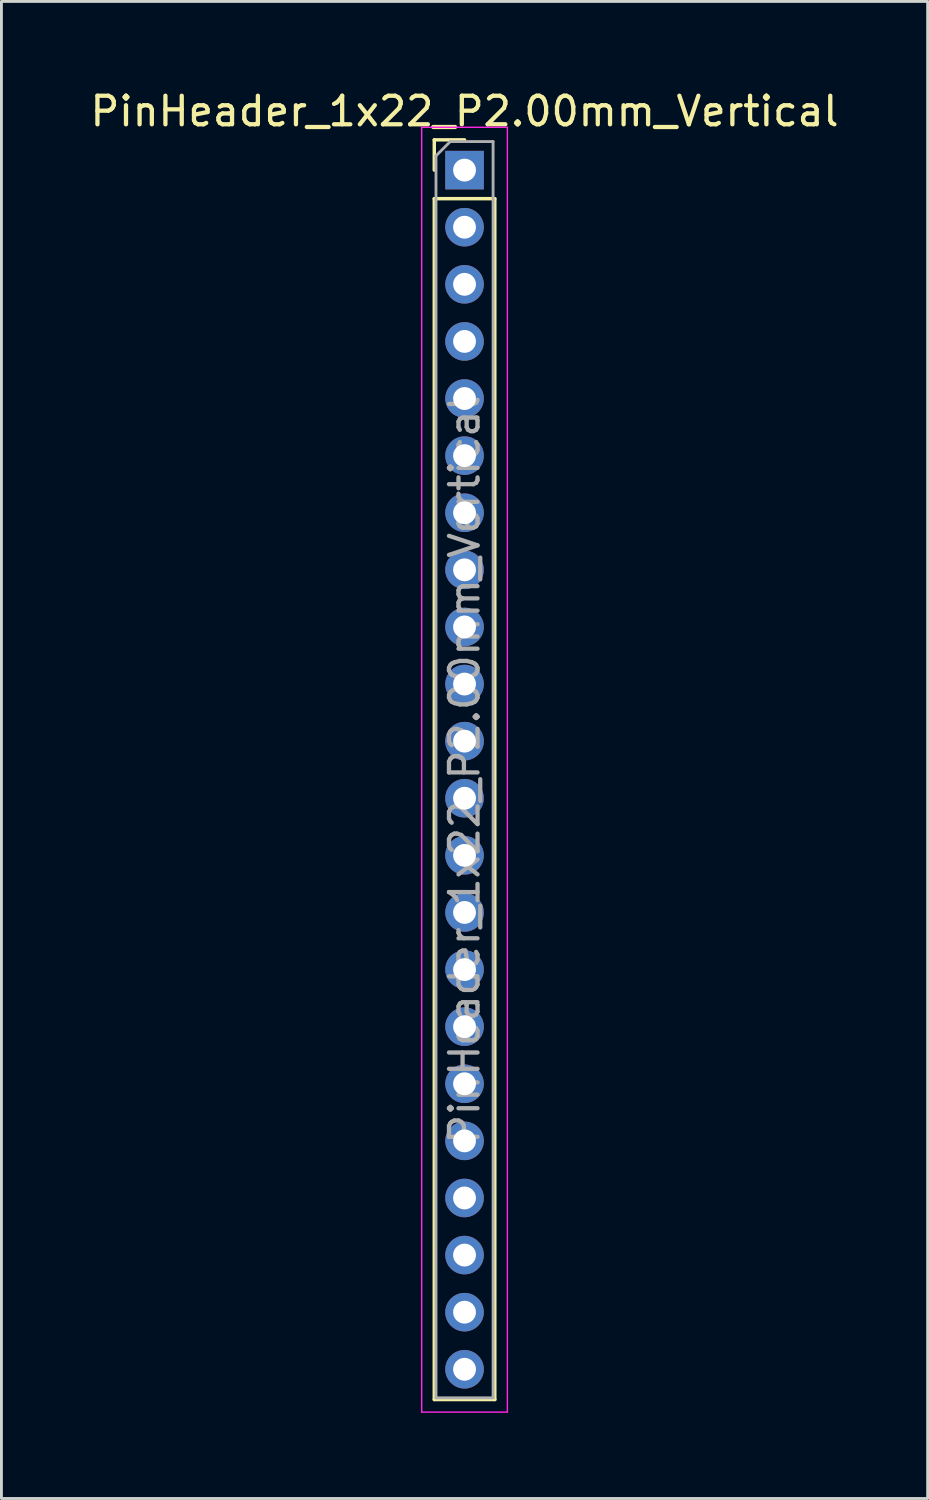
<source format=kicad_pcb>
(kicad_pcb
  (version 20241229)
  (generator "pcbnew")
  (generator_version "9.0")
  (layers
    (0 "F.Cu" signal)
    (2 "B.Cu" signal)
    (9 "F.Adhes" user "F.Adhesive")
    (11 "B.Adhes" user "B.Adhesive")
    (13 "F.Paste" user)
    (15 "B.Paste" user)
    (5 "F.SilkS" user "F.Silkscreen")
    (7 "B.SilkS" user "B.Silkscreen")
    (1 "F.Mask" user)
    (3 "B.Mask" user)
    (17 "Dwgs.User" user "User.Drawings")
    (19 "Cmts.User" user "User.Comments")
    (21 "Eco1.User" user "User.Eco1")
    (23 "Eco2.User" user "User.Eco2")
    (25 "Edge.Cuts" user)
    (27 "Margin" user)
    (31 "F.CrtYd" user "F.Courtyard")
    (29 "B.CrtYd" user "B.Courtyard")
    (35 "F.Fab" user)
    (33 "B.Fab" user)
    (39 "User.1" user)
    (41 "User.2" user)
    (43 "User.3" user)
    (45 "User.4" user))
  (footprint "PinHeader_1x22_P2.00mm_Vertical"
    (layer "F.Cu")
    (at 13.22 2.908)
    (property "Reference" "PinHeader_1x22_P2.00mm_Vertical" (at 0 -2.06 0) (layer "F.SilkS") (effects (font (size 1 1) (thickness 0.15))))
    (attr through_hole)
    (fp_line (start -1.06 -1.06) (end 0 -1.06) (stroke (width 0.12) (type solid)) (layer "F.SilkS"))
    (fp_line (start -1.06 0) (end -1.06 -1.06) (stroke (width 0.12) (type solid)) (layer "F.SilkS"))
    (fp_line (start -1.06 1) (end -1.06 43.06) (stroke (width 0.12) (type solid)) (layer "F.SilkS"))
    (fp_line (start -1.06 1) (end 1.06 1) (stroke (width 0.12) (type solid)) (layer "F.SilkS"))
    (fp_line (start -1.06 43.06) (end 1.06 43.06) (stroke (width 0.12) (type solid)) (layer "F.SilkS"))
    (fp_line (start 1.06 1) (end 1.06 43.06) (stroke (width 0.12) (type solid)) (layer "F.SilkS"))
    (fp_line (start -1.5 -1.5) (end -1.5 43.5) (stroke (width 0.05) (type solid)) (layer "F.CrtYd"))
    (fp_line (start -1.5 43.5) (end 1.5 43.5) (stroke (width 0.05) (type solid)) (layer "F.CrtYd"))
    (fp_line (start 1.5 -1.5) (end -1.5 -1.5) (stroke (width 0.05) (type solid)) (layer "F.CrtYd"))
    (fp_line (start 1.5 43.5) (end 1.5 -1.5) (stroke (width 0.05) (type solid)) (layer "F.CrtYd"))
    (fp_line (start -1 -0.5) (end -0.5 -1) (stroke (width 0.1) (type solid)) (layer "F.Fab"))
    (fp_line (start -1 43) (end -1 -0.5) (stroke (width 0.1) (type solid)) (layer "F.Fab"))
    (fp_line (start -0.5 -1) (end 1 -1) (stroke (width 0.1) (type solid)) (layer "F.Fab"))
    (fp_line (start 1 -1) (end 1 43) (stroke (width 0.1) (type solid)) (layer "F.Fab"))
    (fp_line (start 1 43) (end -1 43) (stroke (width 0.1) (type solid)) (layer "F.Fab"))
    (fp_text user "${REFERENCE}" (at 0 21 90) (layer "F.Fab") (effects (font (size 1 1) (thickness 0.15))))
    (pad "1" thru_hole rect (at 0 0) (size 1.35 1.35) (drill 0.8) (layers "*.Cu" "*.Mask"))
    (pad "2" thru_hole oval (at 0 2) (size 1.35 1.35) (drill 0.8) (layers "*.Cu" "*.Mask"))
    (pad "3" thru_hole oval (at 0 4) (size 1.35 1.35) (drill 0.8) (layers "*.Cu" "*.Mask"))
    (pad "4" thru_hole oval (at 0 6) (size 1.35 1.35) (drill 0.8) (layers "*.Cu" "*.Mask"))
    (pad "5" thru_hole oval (at 0 8) (size 1.35 1.35) (drill 0.8) (layers "*.Cu" "*.Mask"))
    (pad "6" thru_hole oval (at 0 10) (size 1.35 1.35) (drill 0.8) (layers "*.Cu" "*.Mask"))
    (pad "7" thru_hole oval (at 0 12) (size 1.35 1.35) (drill 0.8) (layers "*.Cu" "*.Mask"))
    (pad "8" thru_hole oval (at 0 14) (size 1.35 1.35) (drill 0.8) (layers "*.Cu" "*.Mask"))
    (pad "9" thru_hole oval (at 0 16) (size 1.35 1.35) (drill 0.8) (layers "*.Cu" "*.Mask"))
    (pad "10" thru_hole oval (at 0 18) (size 1.35 1.35) (drill 0.8) (layers "*.Cu" "*.Mask"))
    (pad "11" thru_hole oval (at 0 20) (size 1.35 1.35) (drill 0.8) (layers "*.Cu" "*.Mask"))
    (pad "12" thru_hole oval (at 0 22) (size 1.35 1.35) (drill 0.8) (layers "*.Cu" "*.Mask"))
    (pad "13" thru_hole oval (at 0 24) (size 1.35 1.35) (drill 0.8) (layers "*.Cu" "*.Mask"))
    (pad "14" thru_hole oval (at 0 26) (size 1.35 1.35) (drill 0.8) (layers "*.Cu" "*.Mask"))
    (pad "15" thru_hole oval (at 0 28) (size 1.35 1.35) (drill 0.8) (layers "*.Cu" "*.Mask"))
    (pad "16" thru_hole oval (at 0 30) (size 1.35 1.35) (drill 0.8) (layers "*.Cu" "*.Mask"))
    (pad "17" thru_hole oval (at 0 32) (size 1.35 1.35) (drill 0.8) (layers "*.Cu" "*.Mask"))
    (pad "18" thru_hole oval (at 0 34) (size 1.35 1.35) (drill 0.8) (layers "*.Cu" "*.Mask"))
    (pad "19" thru_hole oval (at 0 36) (size 1.35 1.35) (drill 0.8) (layers "*.Cu" "*.Mask"))
    (pad "20" thru_hole oval (at 0 38) (size 1.35 1.35) (drill 0.8) (layers "*.Cu" "*.Mask"))
    (pad "21" thru_hole oval (at 0 40) (size 1.35 1.35) (drill 0.8) (layers "*.Cu" "*.Mask"))
    (pad "22" thru_hole oval (at 0 42) (size 1.35 1.35) (drill 0.8) (layers "*.Cu" "*.Mask")))
  (gr_rect
    (start -3 -3)
    (end 29.44 49.433)
    (stroke (width 0.1) (type default))
    (fill no)
    (layer "Edge.Cuts")))
</source>
